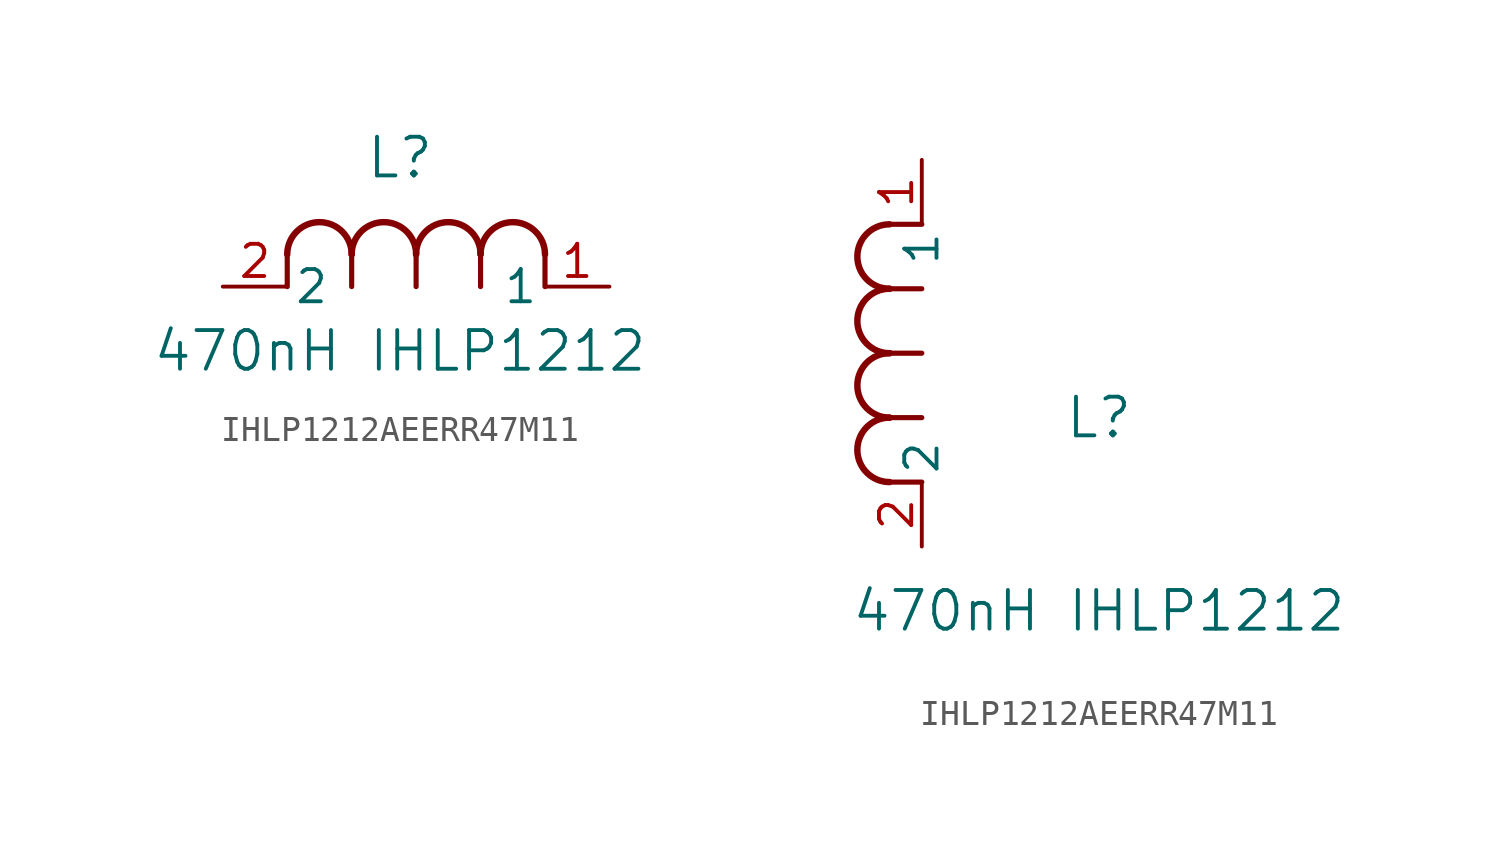
<source format=kicad_sym>
(kicad_symbol_lib
  (version 20231120)
  (generator "kicad_symbol_editor")
  (generator_version "8.0")
  (symbol "IHLP1212AEERR47M11"
    (pin_names
      (offset 0.254))
    (property "Reference" "L"
      (at 6.985 5.08 0)
      (effects (font (size 1.524 1.524))))
    (property "Value" "470nH IHLP1212"
      (at 6.985 -2.54 0)
      (effects (font (size 1.524 1.524))))
    (symbol "IHLP1212AEERR47M11_1_1"
      (polyline (pts (xy 2.54 0) (xy 2.54 1.27)) (stroke (width 0.203) (type default)) (fill (type none)))
      (polyline (pts (xy 5.08 0) (xy 5.08 1.27)) (stroke (width 0.203) (type default)) (fill (type none)))
      (polyline (pts (xy 7.62 0) (xy 7.62 1.27)) (stroke (width 0.203) (type default)) (fill (type none)))
      (polyline (pts (xy 10.16 0) (xy 10.16 1.27)) (stroke (width 0.203) (type default)) (fill (type none)))
      (polyline (pts (xy 12.7 0) (xy 12.7 1.27)) (stroke (width 0.203) (type default)) (fill (type none)))
      (arc (start 5.08 1.27) (mid 3.81 2.5344) (end 2.54 1.27) (stroke (width 0.254) (type default)) (fill (type none)))
      (arc (start 7.62 1.27) (mid 6.35 2.5344) (end 5.08 1.27) (stroke (width 0.254) (type default)) (fill (type none)))
      (arc (start 10.16 1.27) (mid 8.89 2.5344) (end 7.62 1.27) (stroke (width 0.254) (type default)) (fill (type none)))
      (arc (start 12.7 1.27) (mid 11.43 2.5344) (end 10.16 1.27) (stroke (width 0.254) (type default)) (fill (type none)))
      (pin passive line (at 15.24 0 180) (length 2.54) (name "1" (effects (font (size 1.27 1.27)))) (number "1" (effects (font (size 1.27 1.27)))))
      (pin passive line (at 0 0 0) (length 2.54) (name "2" (effects (font (size 1.27 1.27)))) (number "2" (effects (font (size 1.27 1.27))))))
    (symbol "IHLP1212AEERR47M11_1_2"
      (arc (start -1.27 5.08) (mid -2.5344 3.81) (end -1.27 2.54) (stroke (width 0.254) (type default)) (fill (type none)))
      (arc (start -1.27 7.62) (mid -2.5344 6.35) (end -1.27 5.08) (stroke (width 0.254) (type default)) (fill (type none)))
      (arc (start -1.27 10.16) (mid -2.5344 8.89) (end -1.27 7.62) (stroke (width 0.254) (type default)) (fill (type none)))
      (arc (start -1.27 12.7) (mid -2.5344 11.43) (end -1.27 10.16) (stroke (width 0.254) (type default)) (fill (type none)))
      (polyline (pts (xy 0 2.54) (xy -1.27 2.54)) (stroke (width 0.203) (type default)) (fill (type none)))
      (polyline (pts (xy 0 5.08) (xy -1.27 5.08)) (stroke (width 0.203) (type default)) (fill (type none)))
      (polyline (pts (xy 0 7.62) (xy -1.27 7.62)) (stroke (width 0.203) (type default)) (fill (type none)))
      (polyline (pts (xy 0 10.16) (xy -1.27 10.16)) (stroke (width 0.203) (type default)) (fill (type none)))
      (polyline (pts (xy 0 12.7) (xy -1.27 12.7)) (stroke (width 0.203) (type default)) (fill (type none)))
      (pin unspecified line (at 0 15.24 270) (length 2.54) (name "1" (effects (font (size 1.27 1.27)))) (number "1" (effects (font (size 1.27 1.27)))))
      (pin unspecified line (at 0 0 90) (length 2.54) (name "2" (effects (font (size 1.27 1.27)))) (number "2" (effects (font (size 1.27 1.27))))))))
</source>
